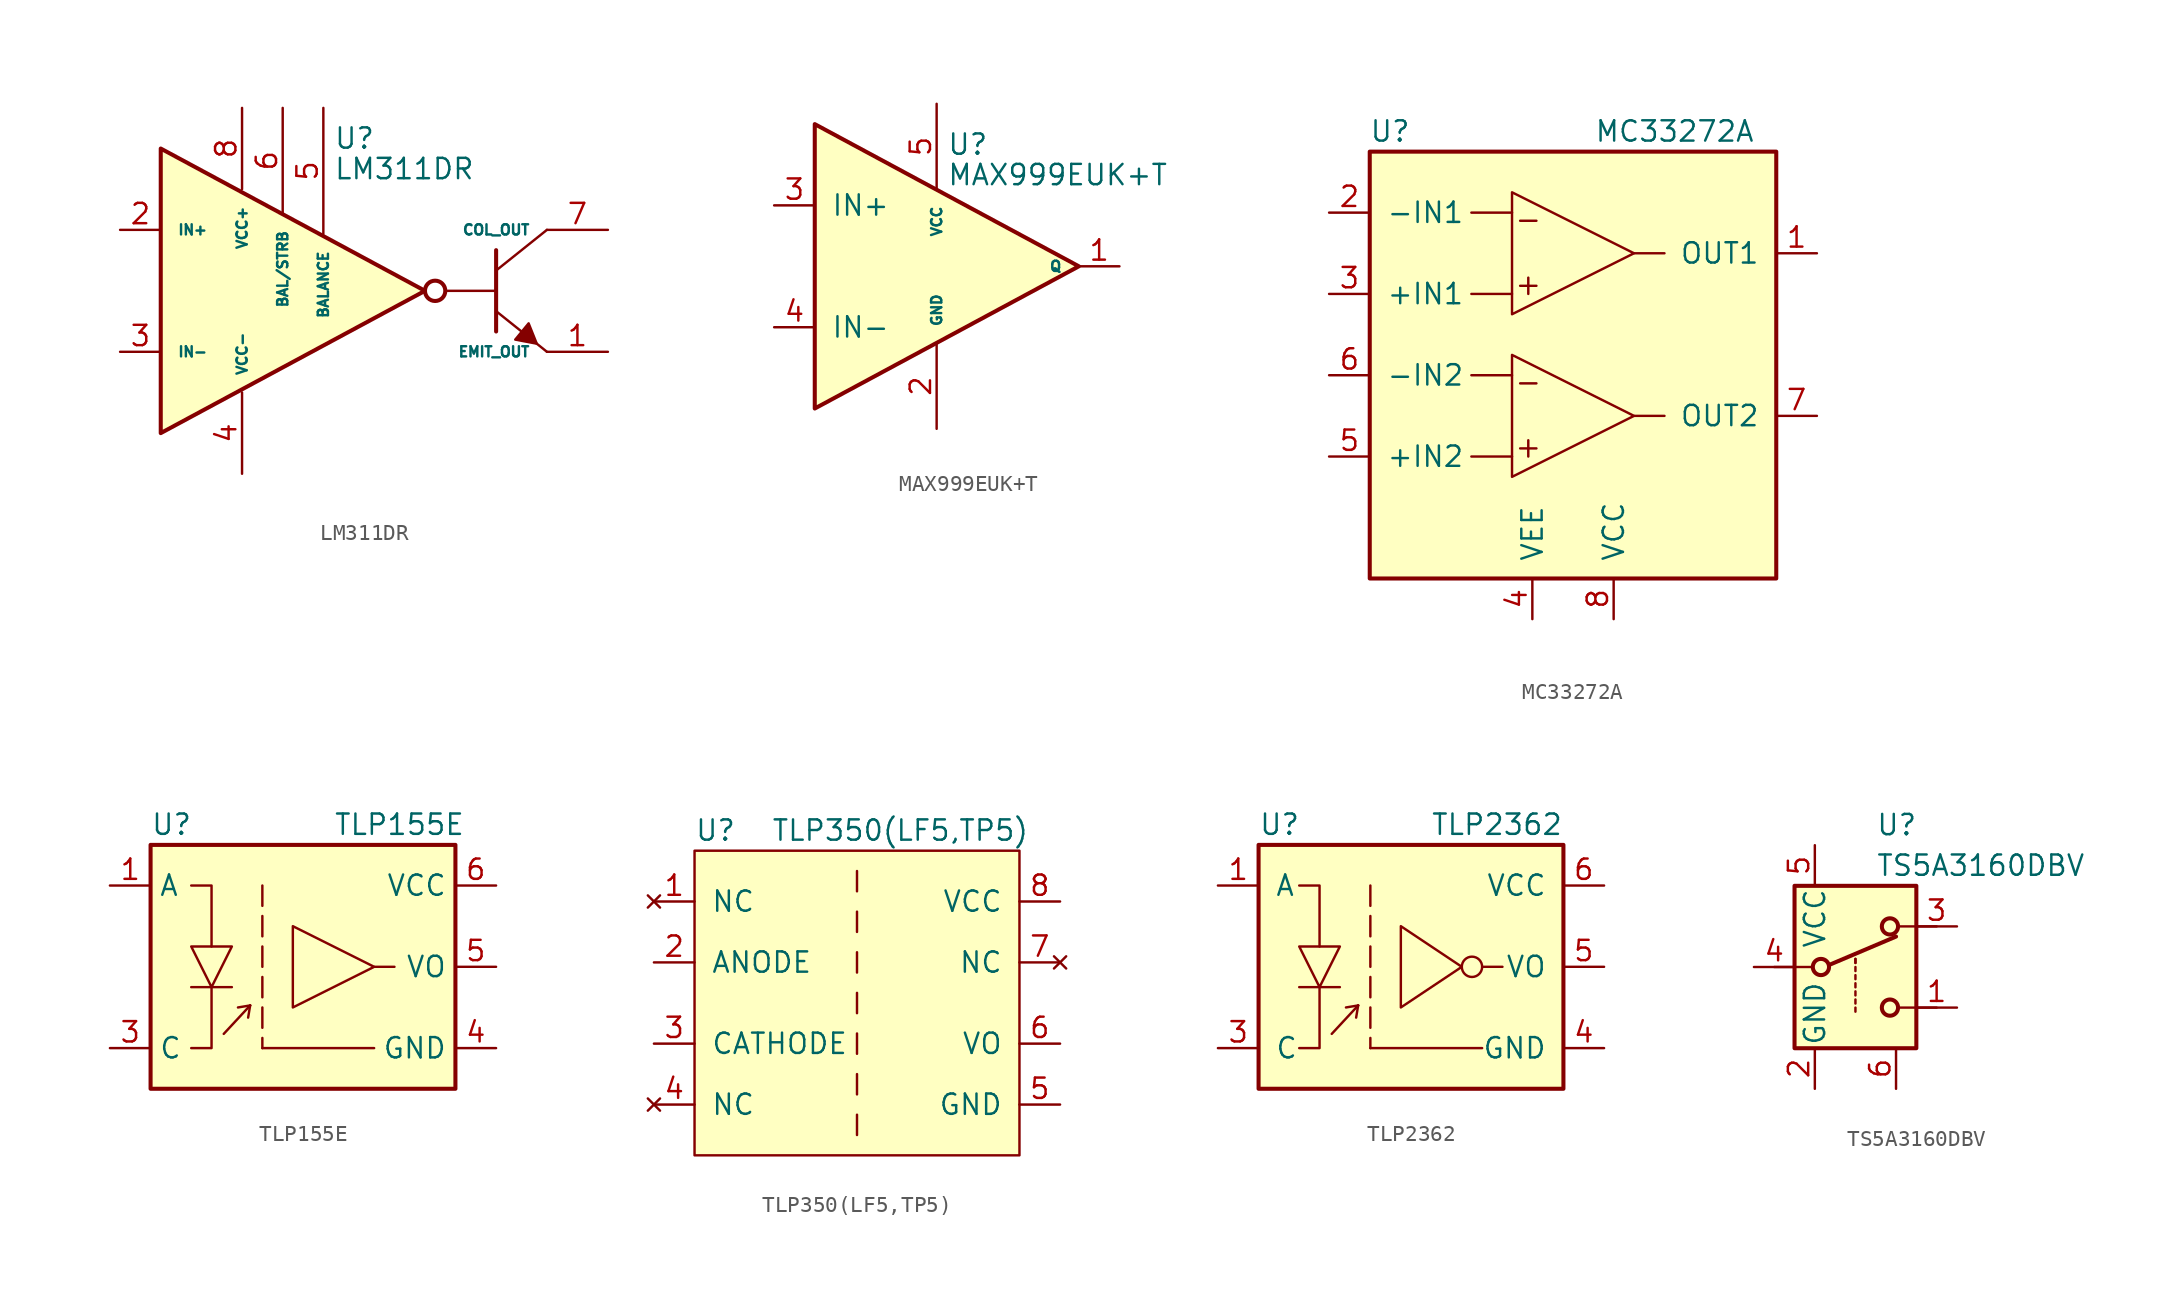
<source format=kicad_sym>
(kicad_symbol_lib
  (version 20211014)
  (generator kicad_symbol_editor)
  (symbol "LM311DR"
    (pin_names
      (offset 1.016))
    (property "Reference" "U"
      (at -0.635 9.525 0)
      (effects (font (size 1.27 1.27)) (justify left)))
    (property "Value" "LM311DR"
      (at -0.635 7.62 0)
      (effects (font (size 1.27 1.27)) (justify left)))
    (symbol "LM311DR_0_1"
      (polyline (pts (xy 6.35 0) (xy 9.525 0)) (stroke (width 0) (type default) (color 0 0 0 0)) (fill (type none)))
      (polyline (pts (xy 9.525 -1.27) (xy 12.7 -3.81)) (stroke (width 0) (type default) (color 0 0 0 0)) (fill (type none)))
      (polyline (pts (xy 9.525 1.27) (xy 12.7 3.81)) (stroke (width 0) (type default) (color 0 0 0 0)) (fill (type none)))
      (polyline (pts (xy 9.525 2.54) (xy 9.525 -2.54)) (stroke (width 0.254) (type default) (color 0 0 0 0)) (fill (type none)))
      (polyline (pts (xy 12.065 -3.302) (xy 11.557 -2.032) (xy 10.719 -3.048) (xy 12.065 -3.302)) (stroke (width 0) (type default) (color 0 0 0 0)) (fill (type outline)))
      (circle (center 5.715 0) (radius 0.635) (stroke (width 0.254) (type default) (color 0 0 0 0)) (fill (type none))))
    (symbol "LM311DR_1_1"
      (polyline (pts (xy -11.43 8.89) (xy -11.43 -8.89) (xy 5.08 0) (xy -11.43 8.89)) (stroke (width 0.254) (type default) (color 0 0 0 0)) (fill (type background)))
      (pin output line (at 16.51 -3.81 180) (length 3.81) (name "EMIT_OUT" (effects (font (size 0.635 0.635)))) (number "1" (effects (font (size 1.27 1.27)))))
      (pin input line (at -13.97 3.81 0) (length 2.54) (name "IN+" (effects (font (size 0.635 0.635)))) (number "2" (effects (font (size 1.27 1.27)))))
      (pin input line (at -13.97 -3.81 0) (length 2.54) (name "IN-" (effects (font (size 0.635 0.635)))) (number "3" (effects (font (size 1.27 1.27)))))
      (pin power_in line (at -6.35 -11.43 90) (length 5.08) (name "VCC-" (effects (font (size 0.635 0.635)))) (number "4" (effects (font (size 1.27 1.27)))))
      (pin input line (at -1.27 11.43 270) (length 7.874) (name "BALANCE" (effects (font (size 0.635 0.635)))) (number "5" (effects (font (size 1.27 1.27)))))
      (pin input line (at -3.81 11.43 270) (length 6.604) (name "BAL/STRB" (effects (font (size 0.635 0.635)))) (number "6" (effects (font (size 1.27 1.27)))))
      (pin output line (at 16.51 3.81 180) (length 3.81) (name "COL_OUT" (effects (font (size 0.635 0.635)))) (number "7" (effects (font (size 1.27 1.27)))))
      (pin power_in line (at -6.35 11.43 270) (length 5.08) (name "VCC+" (effects (font (size 0.635 0.635)))) (number "8" (effects (font (size 1.27 1.27)))))))
  (symbol "MAX999EUK+T"
    (pin_names
      (offset 1.016))
    (property "Reference" "U"
      (at 0.635 7.62 0)
      (effects (font (size 1.27 1.27)) (justify left)))
    (property "Value" "MAX999EUK+T"
      (at 0.635 5.715 0)
      (effects (font (size 1.27 1.27)) (justify left)))
    (symbol "MAX999EUK+T_0_1"
      (polyline (pts (xy -7.62 8.89) (xy -7.62 -8.89) (xy 8.89 0) (xy -7.62 8.89)) (stroke (width 0.254) (type default) (color 0 0 0 0)) (fill (type background))))
    (symbol "MAX999EUK+T_1_1"
      (pin output line (at 11.43 0 180) (length 2.54) (name "Q" (effects (font (size 0.635 0.635)))) (number "1" (effects (font (size 1.27 1.27)))))
      (pin power_in line (at 0 -10.16 90) (length 5.334) (name "GND" (effects (font (size 0.635 0.635)))) (number "2" (effects (font (size 1.27 1.27)))))
      (pin input line (at -10.16 3.81 0) (length 2.54) (name "IN+" (effects (font (size 1.27 1.27)))) (number "3" (effects (font (size 1.27 1.27)))))
      (pin input line (at -10.16 -3.81 0) (length 2.54) (name "IN-" (effects (font (size 1.27 1.27)))) (number "4" (effects (font (size 1.27 1.27)))))
      (pin power_in line (at 0 10.16 270) (length 5.334) (name "VCC" (effects (font (size 0.635 0.635)))) (number "5" (effects (font (size 1.27 1.27)))))))
  (symbol "MC33272A"
    (pin_names
      (offset 1.016))
    (property "Reference" "U"
      (at -11.43 12.7 0)
      (effects (font (size 1.27 1.27))))
    (property "Value" "MC33272A"
      (at 6.35 12.7 0)
      (effects (font (size 1.27 1.27))))
    (symbol "MC33272A_0_1"
      (rectangle (start -12.7 11.43) (end 12.7 -15.24) (stroke (width 0.254) (type default) (color 0 0 0 0)) (fill (type background)))
      (polyline (pts (xy -3.81 2.54) (xy -6.35 2.54)) (stroke (width 0) (type default) (color 0 0 0 0)) (fill (type none)))
      (polyline (pts (xy -3.81 7.62) (xy -6.35 7.62)) (stroke (width 0) (type default) (color 0 0 0 0)) (fill (type none)))
      (polyline (pts (xy -3.302 3.048) (xy -2.286 3.048)) (stroke (width 0) (type default) (color 0 0 0 0)) (fill (type none)))
      (polyline (pts (xy -3.302 7.112) (xy -2.286 7.112)) (stroke (width 0) (type default) (color 0 0 0 0)) (fill (type none)))
      (polyline (pts (xy -2.794 3.556) (xy -2.794 2.54)) (stroke (width 0) (type default) (color 0 0 0 0)) (fill (type none)))
      (polyline (pts (xy 3.81 5.08) (xy 5.715 5.08)) (stroke (width 0) (type default) (color 0 0 0 0)) (fill (type none)))
      (polyline (pts (xy -3.81 8.89) (xy -3.81 1.27) (xy 3.81 5.08) (xy -3.81 8.89)) (stroke (width 0) (type default) (color 0 0 0 0)) (fill (type none))))
    (symbol "MC33272A_1_1"
      (polyline (pts (xy -3.81 -7.62) (xy -6.35 -7.62)) (stroke (width 0) (type default) (color 0 0 0 0)) (fill (type none)))
      (polyline (pts (xy -3.81 -2.54) (xy -6.35 -2.54)) (stroke (width 0) (type default) (color 0 0 0 0)) (fill (type none)))
      (polyline (pts (xy -3.302 -7.112) (xy -2.286 -7.112)) (stroke (width 0) (type default) (color 0 0 0 0)) (fill (type none)))
      (polyline (pts (xy -3.302 -3.048) (xy -2.286 -3.048)) (stroke (width 0) (type default) (color 0 0 0 0)) (fill (type none)))
      (polyline (pts (xy -2.794 -6.604) (xy -2.794 -7.62)) (stroke (width 0) (type default) (color 0 0 0 0)) (fill (type none)))
      (polyline (pts (xy 3.81 -5.08) (xy 5.715 -5.08)) (stroke (width 0) (type default) (color 0 0 0 0)) (fill (type none)))
      (polyline (pts (xy -3.81 -1.27) (xy -3.81 -8.89) (xy 3.81 -5.08) (xy -3.81 -1.27)) (stroke (width 0) (type default) (color 0 0 0 0)) (fill (type none)))
      (pin output line (at 15.24 5.08 180) (length 2.54) (name "OUT1" (effects (font (size 1.27 1.27)))) (number "1" (effects (font (size 1.27 1.27)))))
      (pin input line (at -15.24 7.62 0) (length 2.54) (name "-IN1" (effects (font (size 1.27 1.27)))) (number "2" (effects (font (size 1.27 1.27)))))
      (pin input line (at -15.24 2.54 0) (length 2.54) (name "+IN1" (effects (font (size 1.27 1.27)))) (number "3" (effects (font (size 1.27 1.27)))))
      (pin power_in line (at -2.54 -17.78 90) (length 2.54) (name "VEE" (effects (font (size 1.27 1.27)))) (number "4" (effects (font (size 1.27 1.27)))))
      (pin input line (at -15.24 -7.62 0) (length 2.54) (name "+IN2" (effects (font (size 1.27 1.27)))) (number "5" (effects (font (size 1.27 1.27)))))
      (pin input line (at -15.24 -2.54 0) (length 2.54) (name "-IN2" (effects (font (size 1.27 1.27)))) (number "6" (effects (font (size 1.27 1.27)))))
      (pin output line (at 15.24 -5.08 180) (length 2.54) (name "OUT2" (effects (font (size 1.27 1.27)))) (number "7" (effects (font (size 1.27 1.27)))))
      (pin power_in line (at 2.54 -17.78 90) (length 2.54) (name "VCC" (effects (font (size 1.27 1.27)))) (number "8" (effects (font (size 1.27 1.27)))))))
  (symbol "TLP155E"
    (property "Reference" "U"
      (at -10.16 8.89 0)
      (effects (font (size 1.27 1.27)) (justify left)))
    (property "Value" "TLP155E"
      (at 1.27 8.89 0)
      (effects (font (size 1.27 1.27)) (justify left)))
    (symbol "TLP155E_0_1"
      (rectangle (start -10.16 7.62) (end 8.89 -7.62) (stroke (width 0.254) (type default) (color 0 0 0 0)) (fill (type background)))
      (polyline (pts (xy -7.62 -1.27) (xy -5.08 -1.27)) (stroke (width 0) (type default) (color 0 0 0 0)) (fill (type none)))
      (polyline (pts (xy -5.588 -4.191) (xy -3.937 -2.413)) (stroke (width 0) (type default) (color 0 0 0 0)) (fill (type none)))
      (polyline (pts (xy -3.937 -2.413) (xy -4.699 -2.54)) (stroke (width 0) (type default) (color 0 0 0 0)) (fill (type none)))
      (polyline (pts (xy -3.937 -2.413) (xy -4.064 -3.175)) (stroke (width 0) (type default) (color 0 0 0 0)) (fill (type none)))
      (polyline (pts (xy -3.175 -5.08) (xy -3.175 -4.445)) (stroke (width 0) (type default) (color 0 0 0 0)) (fill (type none)))
      (polyline (pts (xy -3.175 -2.54) (xy -3.175 -3.81)) (stroke (width 0) (type default) (color 0 0 0 0)) (fill (type none)))
      (polyline (pts (xy -3.175 -0.635) (xy -3.175 -1.905)) (stroke (width 0) (type default) (color 0 0 0 0)) (fill (type none)))
      (polyline (pts (xy -3.175 1.27) (xy -3.175 0)) (stroke (width 0) (type default) (color 0 0 0 0)) (fill (type none)))
      (polyline (pts (xy -3.175 3.175) (xy -3.175 1.905)) (stroke (width 0) (type default) (color 0 0 0 0)) (fill (type none)))
      (polyline (pts (xy -3.175 5.08) (xy -3.175 3.81)) (stroke (width 0) (type default) (color 0 0 0 0)) (fill (type none)))
      (polyline (pts (xy 3.81 -5.08) (xy -3.175 -5.08)) (stroke (width 0) (type default) (color 0 0 0 0)) (fill (type none)))
      (polyline (pts (xy 3.81 0) (xy 5.08 0)) (stroke (width 0) (type default) (color 0 0 0 0)) (fill (type none)))
      (polyline (pts (xy -6.35 -1.27) (xy -6.35 -5.08) (xy -7.62 -5.08)) (stroke (width 0) (type default) (color 0 0 0 0)) (fill (type none)))
      (polyline (pts (xy -6.35 1.27) (xy -6.35 5.08) (xy -7.62 5.08)) (stroke (width 0) (type default) (color 0 0 0 0)) (fill (type none)))
      (polyline (pts (xy -7.62 1.27) (xy -5.08 1.27) (xy -6.35 -1.27) (xy -7.62 1.27)) (stroke (width 0) (type default) (color 0 0 0 0)) (fill (type none)))
      (polyline (pts (xy -1.27 2.54) (xy -1.27 -2.54) (xy 3.81 0) (xy -1.27 2.54)) (stroke (width 0) (type default) (color 0 0 0 0)) (fill (type none))))
    (symbol "TLP155E_1_1"
      (pin input line (at -12.7 5.08 0) (length 2.54) (name "A" (effects (font (size 1.27 1.27)))) (number "1" (effects (font (size 1.27 1.27)))))
      (pin input line (at -12.7 -5.08 0) (length 2.54) (name "C" (effects (font (size 1.27 1.27)))) (number "3" (effects (font (size 1.27 1.27)))))
      (pin power_in line (at 11.43 -5.08 180) (length 2.54) (name "GND" (effects (font (size 1.27 1.27)))) (number "4" (effects (font (size 1.27 1.27)))))
      (pin output line (at 11.43 0 180) (length 2.54) (name "VO" (effects (font (size 1.27 1.27)))) (number "5" (effects (font (size 1.27 1.27)))))
      (pin power_in line (at 11.43 5.08 180) (length 2.54) (name "VCC" (effects (font (size 1.27 1.27)))) (number "6" (effects (font (size 1.27 1.27)))))))
  (symbol "TLP350(LF5,TP5)"
    (pin_names
      (offset 1.016))
    (property "Reference" "U"
      (at -10.16 10.795 0)
      (effects (font (size 1.27 1.27)) (justify left)))
    (property "Value" "TLP350(LF5,TP5)"
      (at 10.795 10.795 0)
      (effects (font (size 1.27 1.27)) (justify right)))
    (symbol "TLP350(LF5,TP5)_0_1"
      (rectangle (start -10.16 9.525) (end 10.16 -9.525) (stroke (width 0) (type default) (color 0 0 0 0)) (fill (type background)))
      (polyline (pts (xy 0 -6.985) (xy 0 -8.255)) (stroke (width 0) (type default) (color 0 0 0 0)) (fill (type none)))
      (polyline (pts (xy 0 -4.445) (xy 0 -5.715)) (stroke (width 0) (type default) (color 0 0 0 0)) (fill (type none)))
      (polyline (pts (xy 0 -1.905) (xy 0 -3.175)) (stroke (width 0) (type default) (color 0 0 0 0)) (fill (type none)))
      (polyline (pts (xy 0 0.635) (xy 0 -0.635)) (stroke (width 0) (type default) (color 0 0 0 0)) (fill (type none)))
      (polyline (pts (xy 0 1.905) (xy 0 3.175)) (stroke (width 0) (type default) (color 0 0 0 0)) (fill (type none)))
      (polyline (pts (xy 0 4.445) (xy 0 5.715)) (stroke (width 0) (type default) (color 0 0 0 0)) (fill (type none)))
      (polyline (pts (xy 0 6.985) (xy 0 8.255)) (stroke (width 0) (type default) (color 0 0 0 0)) (fill (type none))))
    (symbol "TLP350(LF5,TP5)_1_1"
      (pin no_connect line (at -12.7 6.35 0) (length 2.54) (name "NC" (effects (font (size 1.27 1.27)))) (number "1" (effects (font (size 1.27 1.27)))))
      (pin input line (at -12.7 2.54 0) (length 2.54) (name "ANODE" (effects (font (size 1.27 1.27)))) (number "2" (effects (font (size 1.27 1.27)))))
      (pin input line (at -12.7 -2.54 0) (length 2.54) (name "CATHODE" (effects (font (size 1.27 1.27)))) (number "3" (effects (font (size 1.27 1.27)))))
      (pin no_connect line (at -12.7 -6.35 0) (length 2.54) (name "NC" (effects (font (size 1.27 1.27)))) (number "4" (effects (font (size 1.27 1.27)))))
      (pin power_in line (at 12.7 -6.35 180) (length 2.54) (name "GND" (effects (font (size 1.27 1.27)))) (number "5" (effects (font (size 1.27 1.27)))))
      (pin output line (at 12.7 -2.54 180) (length 2.54) (name "VO" (effects (font (size 1.27 1.27)))) (number "6" (effects (font (size 1.27 1.27)))))
      (pin no_connect line (at 12.7 2.54 180) (length 2.54) (name "NC" (effects (font (size 1.27 1.27)))) (number "7" (effects (font (size 1.27 1.27)))))
      (pin power_in line (at 12.7 6.35 180) (length 2.54) (name "VCC" (effects (font (size 1.27 1.27)))) (number "8" (effects (font (size 1.27 1.27)))))))
  (symbol "TLP2362"
    (pin_names
      (offset 1.016))
    (property "Reference" "U"
      (at -7.62 8.89 0)
      (effects (font (size 1.27 1.27)) (justify left)))
    (property "Value" "TLP2362"
      (at 11.43 8.89 0)
      (effects (font (size 1.27 1.27)) (justify right)))
    (symbol "TLP2362_0_1"
      (rectangle (start -7.62 7.62) (end 11.43 -7.62) (stroke (width 0.254) (type default) (color 0 0 0 0)) (fill (type background)))
      (polyline (pts (xy -5.08 -1.27) (xy -2.54 -1.27)) (stroke (width 0) (type default) (color 0 0 0 0)) (fill (type none)))
      (polyline (pts (xy -3.048 -4.191) (xy -1.397 -2.413)) (stroke (width 0) (type default) (color 0 0 0 0)) (fill (type none)))
      (polyline (pts (xy -1.397 -2.413) (xy -2.159 -2.54)) (stroke (width 0) (type default) (color 0 0 0 0)) (fill (type none)))
      (polyline (pts (xy -1.397 -2.413) (xy -1.524 -3.175)) (stroke (width 0) (type default) (color 0 0 0 0)) (fill (type none)))
      (polyline (pts (xy -0.635 -5.08) (xy -0.635 -4.445)) (stroke (width 0) (type default) (color 0 0 0 0)) (fill (type none)))
      (polyline (pts (xy -0.635 -2.54) (xy -0.635 -3.81)) (stroke (width 0) (type default) (color 0 0 0 0)) (fill (type none)))
      (polyline (pts (xy -0.635 -0.635) (xy -0.635 -1.905)) (stroke (width 0) (type default) (color 0 0 0 0)) (fill (type none)))
      (polyline (pts (xy -0.635 1.27) (xy -0.635 0)) (stroke (width 0) (type default) (color 0 0 0 0)) (fill (type none)))
      (polyline (pts (xy -0.635 3.175) (xy -0.635 1.905)) (stroke (width 0) (type default) (color 0 0 0 0)) (fill (type none)))
      (polyline (pts (xy -0.635 5.08) (xy -0.635 3.81)) (stroke (width 0) (type default) (color 0 0 0 0)) (fill (type none)))
      (polyline (pts (xy 6.35 -5.08) (xy -0.635 -5.08)) (stroke (width 0) (type default) (color 0 0 0 0)) (fill (type none)))
      (polyline (pts (xy 6.35 0) (xy 7.62 0)) (stroke (width 0) (type default) (color 0 0 0 0)) (fill (type none)))
      (polyline (pts (xy -3.81 -1.27) (xy -3.81 -5.08) (xy -5.08 -5.08)) (stroke (width 0) (type default) (color 0 0 0 0)) (fill (type none)))
      (polyline (pts (xy -3.81 1.27) (xy -3.81 5.08) (xy -5.08 5.08)) (stroke (width 0) (type default) (color 0 0 0 0)) (fill (type none)))
      (polyline (pts (xy -5.08 1.27) (xy -2.54 1.27) (xy -3.81 -1.27) (xy -5.08 1.27)) (stroke (width 0) (type default) (color 0 0 0 0)) (fill (type none)))
      (polyline (pts (xy 1.27 2.54) (xy 1.27 -2.54) (xy 5.08 0) (xy 1.27 2.54)) (stroke (width 0) (type default) (color 0 0 0 0)) (fill (type none)))
      (circle (center 5.715 0) (radius 0.635) (stroke (width 0) (type default) (color 0 0 0 0)) (fill (type none))))
    (symbol "TLP2362_1_1"
      (pin input line (at -10.16 5.08 0) (length 2.54) (name "A" (effects (font (size 1.27 1.27)))) (number "1" (effects (font (size 1.27 1.27)))))
      (pin input line (at -10.16 -5.08 0) (length 2.54) (name "C" (effects (font (size 1.27 1.27)))) (number "3" (effects (font (size 1.27 1.27)))))
      (pin power_in line (at 13.97 -5.08 180) (length 2.54) (name "GND" (effects (font (size 1.27 1.27)))) (number "4" (effects (font (size 1.27 1.27)))))
      (pin output line (at 13.97 0 180) (length 2.54) (name "VO" (effects (font (size 1.27 1.27)))) (number "5" (effects (font (size 1.27 1.27)))))
      (pin power_in line (at 13.97 5.08 180) (length 2.54) (name "VCC" (effects (font (size 1.27 1.27)))) (number "6" (effects (font (size 1.27 1.27)))))))
  (symbol "TS5A3160DBV"
    (pin_names
      (offset 0.127))
    (property "Reference" "U"
      (at 1.27 6.35 0)
      (effects (font (size 1.27 1.27)) (justify left)))
    (property "Value" "TS5A3160DBV"
      (at 1.27 3.81 0)
      (effects (font (size 1.27 1.27)) (justify left)))
    (symbol "TS5A3160DBV_1_0"
      (pin power_in line (at -2.54 -10.16 90) (length 2.54) (name "GND" (effects (font (size 1.27 1.27)))) (number "2" (effects (font (size 1.27 1.27)))))
      (pin power_in line (at -2.54 5.08 270) (length 2.54) (name "VCC" (effects (font (size 1.27 1.27)))) (number "5" (effects (font (size 1.27 1.27))))))
    (symbol "TS5A3160DBV_1_1"
      (rectangle (start -3.81 2.54) (end 3.81 -7.62) (stroke (width 0.254) (type default) (color 0 0 0 0)) (fill (type background)))
      (circle (center -2.159 -2.54) (radius 0.508) (stroke (width 0.254) (type default) (color 0 0 0 0)) (fill (type none)))
      (polyline (pts (xy -5.08 -2.54) (xy -2.794 -2.54)) (stroke (width 0) (type default) (color 0 0 0 0)) (fill (type none)))
      (polyline (pts (xy -1.651 -2.413) (xy 2.54 -0.635)) (stroke (width 0.254) (type default) (color 0 0 0 0)) (fill (type none)))
      (polyline (pts (xy 0 -5.334) (xy 0 -5.08)) (stroke (width 0) (type default) (color 0 0 0 0)) (fill (type none)))
      (polyline (pts (xy 0 -4.826) (xy 0 -4.572)) (stroke (width 0) (type default) (color 0 0 0 0)) (fill (type none)))
      (polyline (pts (xy 0 -4.318) (xy 0 -4.064)) (stroke (width 0) (type default) (color 0 0 0 0)) (fill (type none)))
      (polyline (pts (xy 0 -3.81) (xy 0 -3.556)) (stroke (width 0) (type default) (color 0 0 0 0)) (fill (type none)))
      (polyline (pts (xy 0 -3.302) (xy 0 -3.048)) (stroke (width 0) (type default) (color 0 0 0 0)) (fill (type none)))
      (polyline (pts (xy 0 -2.794) (xy 0 -2.54)) (stroke (width 0) (type default) (color 0 0 0 0)) (fill (type none)))
      (polyline (pts (xy 0 -2.286) (xy 0 -2.032)) (stroke (width 0) (type default) (color 0 0 0 0)) (fill (type none)))
      (polyline (pts (xy 0 -2.286) (xy 0 -2.032)) (stroke (width 0) (type default) (color 0 0 0 0)) (fill (type none)))
      (polyline (pts (xy 5.08 -5.08) (xy 2.794 -5.08)) (stroke (width 0) (type default) (color 0 0 0 0)) (fill (type none)))
      (polyline (pts (xy 5.08 0) (xy 2.794 0)) (stroke (width 0) (type default) (color 0 0 0 0)) (fill (type none)))
      (circle (center 2.159 -5.08) (radius 0.508) (stroke (width 0.254) (type default) (color 0 0 0 0)) (fill (type none)))
      (circle (center 2.159 0) (radius 0.508) (stroke (width 0.254) (type default) (color 0 0 0 0)) (fill (type none)))
      (pin passive line (at 6.35 -5.08 180) (length 2.54) (name "~" (effects (font (size 1.27 1.27)))) (number "1" (effects (font (size 1.27 1.27)))))
      (pin passive line (at 6.35 0 180) (length 2.54) (name "~" (effects (font (size 1.27 1.27)))) (number "3" (effects (font (size 1.27 1.27)))))
      (pin passive line (at -6.35 -2.54 0) (length 2.54) (name "~" (effects (font (size 1.27 1.27)))) (number "4" (effects (font (size 1.27 1.27)))))
      (pin input line (at 2.54 -10.16 90) (length 2.54) (name "~" (effects (font (size 1.27 1.27)))) (number "6" (effects (font (size 1.27 1.27))))))))
</source>
